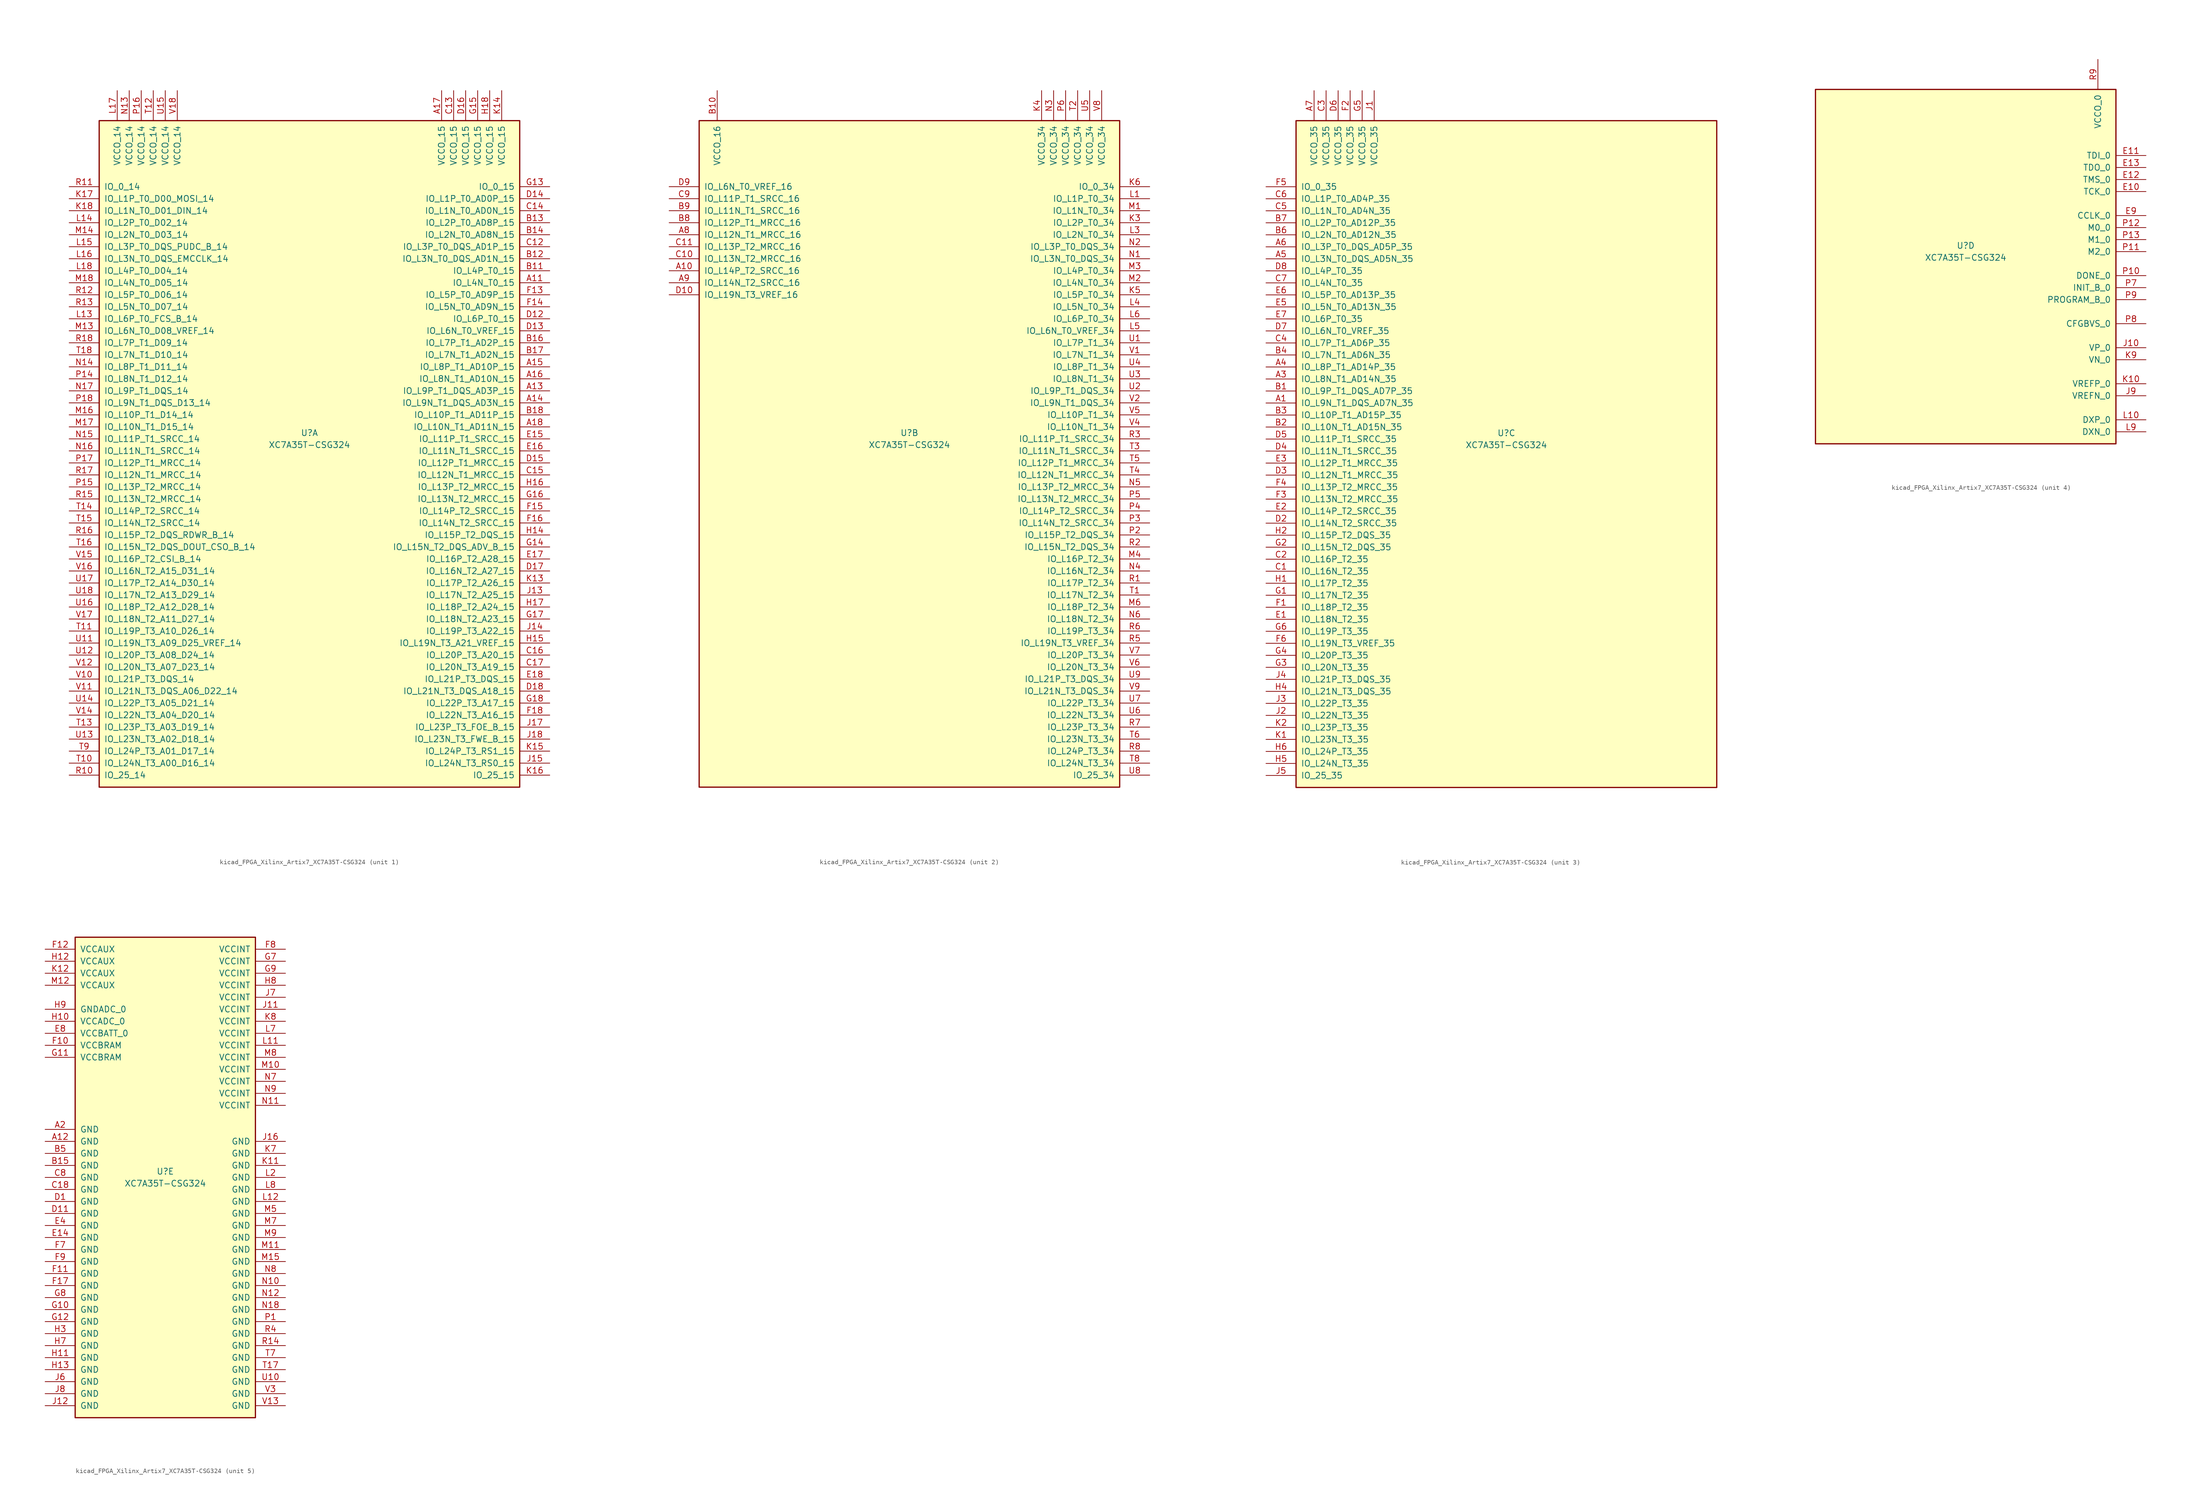
<source format=kicad_sym>
(kicad_symbol_lib
  (version 20220914)
  (generator kicad_symbol_editor)
  (symbol "kicad_FPGA_Xilinx_Artix7_XC7A35T-CSG324"
    (pin_names
      (offset 1.016))
    (property "Reference" "U"
      (at 0 1.27 0)
      (effects (font (size 1.27 1.27))))
    (property "Value" "XC7A35T-CSG324"
      (at 0 -1.27 0)
      (effects (font (size 1.27 1.27))))
    (property "Datasheet" ""
      (at 0 0 0)
      (effects (font (size 1.27 1.27))))
    (property "ki_locked" ""
      (at 0 0 0)
      (effects (font (size 1.27 1.27))))
    (symbol "kicad_FPGA_Xilinx_Artix7_XC7A35T-CSG324_1_1"
      (rectangle (start -44.45 67.31) (end 44.45 -73.66) (stroke (width 0.254) (type default)) (fill (type background)))
      (pin bidirectional line (at 50.8 33.02 180) (length 6.35) (name "IO_L4N_T0_15" (effects (font (size 1.27 1.27)))) (number "A11" (effects (font (size 1.27 1.27)))))
      (pin bidirectional line (at 50.8 10.16 180) (length 6.35) (name "IO_L9P_T1_DQS_AD3P_15" (effects (font (size 1.27 1.27)))) (number "A13" (effects (font (size 1.27 1.27)))))
      (pin bidirectional line (at 50.8 7.62 180) (length 6.35) (name "IO_L9N_T1_DQS_AD3N_15" (effects (font (size 1.27 1.27)))) (number "A14" (effects (font (size 1.27 1.27)))))
      (pin bidirectional line (at 50.8 15.24 180) (length 6.35) (name "IO_L8P_T1_AD10P_15" (effects (font (size 1.27 1.27)))) (number "A15" (effects (font (size 1.27 1.27)))))
      (pin bidirectional line (at 50.8 12.7 180) (length 6.35) (name "IO_L8N_T1_AD10N_15" (effects (font (size 1.27 1.27)))) (number "A16" (effects (font (size 1.27 1.27)))))
      (pin power_in line (at 27.94 73.66 270) (length 6.35) (name "VCCO_15" (effects (font (size 1.27 1.27)))) (number "A17" (effects (font (size 1.27 1.27)))))
      (pin bidirectional line (at 50.8 2.54 180) (length 6.35) (name "IO_L10N_T1_AD11N_15" (effects (font (size 1.27 1.27)))) (number "A18" (effects (font (size 1.27 1.27)))))
      (pin bidirectional line (at 50.8 35.56 180) (length 6.35) (name "IO_L4P_T0_15" (effects (font (size 1.27 1.27)))) (number "B11" (effects (font (size 1.27 1.27)))))
      (pin bidirectional line (at 50.8 38.1 180) (length 6.35) (name "IO_L3N_T0_DQS_AD1N_15" (effects (font (size 1.27 1.27)))) (number "B12" (effects (font (size 1.27 1.27)))))
      (pin bidirectional line (at 50.8 45.72 180) (length 6.35) (name "IO_L2P_T0_AD8P_15" (effects (font (size 1.27 1.27)))) (number "B13" (effects (font (size 1.27 1.27)))))
      (pin bidirectional line (at 50.8 43.18 180) (length 6.35) (name "IO_L2N_T0_AD8N_15" (effects (font (size 1.27 1.27)))) (number "B14" (effects (font (size 1.27 1.27)))))
      (pin bidirectional line (at 50.8 20.32 180) (length 6.35) (name "IO_L7P_T1_AD2P_15" (effects (font (size 1.27 1.27)))) (number "B16" (effects (font (size 1.27 1.27)))))
      (pin bidirectional line (at 50.8 17.78 180) (length 6.35) (name "IO_L7N_T1_AD2N_15" (effects (font (size 1.27 1.27)))) (number "B17" (effects (font (size 1.27 1.27)))))
      (pin bidirectional line (at 50.8 5.08 180) (length 6.35) (name "IO_L10P_T1_AD11P_15" (effects (font (size 1.27 1.27)))) (number "B18" (effects (font (size 1.27 1.27)))))
      (pin bidirectional line (at 50.8 40.64 180) (length 6.35) (name "IO_L3P_T0_DQS_AD1P_15" (effects (font (size 1.27 1.27)))) (number "C12" (effects (font (size 1.27 1.27)))))
      (pin power_in line (at 30.48 73.66 270) (length 6.35) (name "VCCO_15" (effects (font (size 1.27 1.27)))) (number "C13" (effects (font (size 1.27 1.27)))))
      (pin bidirectional line (at 50.8 48.26 180) (length 6.35) (name "IO_L1N_T0_AD0N_15" (effects (font (size 1.27 1.27)))) (number "C14" (effects (font (size 1.27 1.27)))))
      (pin bidirectional line (at 50.8 -7.62 180) (length 6.35) (name "IO_L12N_T1_MRCC_15" (effects (font (size 1.27 1.27)))) (number "C15" (effects (font (size 1.27 1.27)))))
      (pin bidirectional line (at 50.8 -45.72 180) (length 6.35) (name "IO_L20P_T3_A20_15" (effects (font (size 1.27 1.27)))) (number "C16" (effects (font (size 1.27 1.27)))))
      (pin bidirectional line (at 50.8 -48.26 180) (length 6.35) (name "IO_L20N_T3_A19_15" (effects (font (size 1.27 1.27)))) (number "C17" (effects (font (size 1.27 1.27)))))
      (pin bidirectional line (at 50.8 25.4 180) (length 6.35) (name "IO_L6P_T0_15" (effects (font (size 1.27 1.27)))) (number "D12" (effects (font (size 1.27 1.27)))))
      (pin bidirectional line (at 50.8 22.86 180) (length 6.35) (name "IO_L6N_T0_VREF_15" (effects (font (size 1.27 1.27)))) (number "D13" (effects (font (size 1.27 1.27)))))
      (pin bidirectional line (at 50.8 50.8 180) (length 6.35) (name "IO_L1P_T0_AD0P_15" (effects (font (size 1.27 1.27)))) (number "D14" (effects (font (size 1.27 1.27)))))
      (pin bidirectional line (at 50.8 -5.08 180) (length 6.35) (name "IO_L12P_T1_MRCC_15" (effects (font (size 1.27 1.27)))) (number "D15" (effects (font (size 1.27 1.27)))))
      (pin power_in line (at 33.02 73.66 270) (length 6.35) (name "VCCO_15" (effects (font (size 1.27 1.27)))) (number "D16" (effects (font (size 1.27 1.27)))))
      (pin bidirectional line (at 50.8 -27.94 180) (length 6.35) (name "IO_L16N_T2_A27_15" (effects (font (size 1.27 1.27)))) (number "D17" (effects (font (size 1.27 1.27)))))
      (pin bidirectional line (at 50.8 -53.34 180) (length 6.35) (name "IO_L21N_T3_DQS_A18_15" (effects (font (size 1.27 1.27)))) (number "D18" (effects (font (size 1.27 1.27)))))
      (pin bidirectional line (at 50.8 0 180) (length 6.35) (name "IO_L11P_T1_SRCC_15" (effects (font (size 1.27 1.27)))) (number "E15" (effects (font (size 1.27 1.27)))))
      (pin bidirectional line (at 50.8 -2.54 180) (length 6.35) (name "IO_L11N_T1_SRCC_15" (effects (font (size 1.27 1.27)))) (number "E16" (effects (font (size 1.27 1.27)))))
      (pin bidirectional line (at 50.8 -25.4 180) (length 6.35) (name "IO_L16P_T2_A28_15" (effects (font (size 1.27 1.27)))) (number "E17" (effects (font (size 1.27 1.27)))))
      (pin bidirectional line (at 50.8 -50.8 180) (length 6.35) (name "IO_L21P_T3_DQS_15" (effects (font (size 1.27 1.27)))) (number "E18" (effects (font (size 1.27 1.27)))))
      (pin bidirectional line (at 50.8 30.48 180) (length 6.35) (name "IO_L5P_T0_AD9P_15" (effects (font (size 1.27 1.27)))) (number "F13" (effects (font (size 1.27 1.27)))))
      (pin bidirectional line (at 50.8 27.94 180) (length 6.35) (name "IO_L5N_T0_AD9N_15" (effects (font (size 1.27 1.27)))) (number "F14" (effects (font (size 1.27 1.27)))))
      (pin bidirectional line (at 50.8 -15.24 180) (length 6.35) (name "IO_L14P_T2_SRCC_15" (effects (font (size 1.27 1.27)))) (number "F15" (effects (font (size 1.27 1.27)))))
      (pin bidirectional line (at 50.8 -17.78 180) (length 6.35) (name "IO_L14N_T2_SRCC_15" (effects (font (size 1.27 1.27)))) (number "F16" (effects (font (size 1.27 1.27)))))
      (pin bidirectional line (at 50.8 -58.42 180) (length 6.35) (name "IO_L22N_T3_A16_15" (effects (font (size 1.27 1.27)))) (number "F18" (effects (font (size 1.27 1.27)))))
      (pin bidirectional line (at 50.8 53.34 180) (length 6.35) (name "IO_0_15" (effects (font (size 1.27 1.27)))) (number "G13" (effects (font (size 1.27 1.27)))))
      (pin bidirectional line (at 50.8 -22.86 180) (length 6.35) (name "IO_L15N_T2_DQS_ADV_B_15" (effects (font (size 1.27 1.27)))) (number "G14" (effects (font (size 1.27 1.27)))))
      (pin power_in line (at 35.56 73.66 270) (length 6.35) (name "VCCO_15" (effects (font (size 1.27 1.27)))) (number "G15" (effects (font (size 1.27 1.27)))))
      (pin bidirectional line (at 50.8 -12.7 180) (length 6.35) (name "IO_L13N_T2_MRCC_15" (effects (font (size 1.27 1.27)))) (number "G16" (effects (font (size 1.27 1.27)))))
      (pin bidirectional line (at 50.8 -38.1 180) (length 6.35) (name "IO_L18N_T2_A23_15" (effects (font (size 1.27 1.27)))) (number "G17" (effects (font (size 1.27 1.27)))))
      (pin bidirectional line (at 50.8 -55.88 180) (length 6.35) (name "IO_L22P_T3_A17_15" (effects (font (size 1.27 1.27)))) (number "G18" (effects (font (size 1.27 1.27)))))
      (pin bidirectional line (at 50.8 -20.32 180) (length 6.35) (name "IO_L15P_T2_DQS_15" (effects (font (size 1.27 1.27)))) (number "H14" (effects (font (size 1.27 1.27)))))
      (pin bidirectional line (at 50.8 -43.18 180) (length 6.35) (name "IO_L19N_T3_A21_VREF_15" (effects (font (size 1.27 1.27)))) (number "H15" (effects (font (size 1.27 1.27)))))
      (pin bidirectional line (at 50.8 -10.16 180) (length 6.35) (name "IO_L13P_T2_MRCC_15" (effects (font (size 1.27 1.27)))) (number "H16" (effects (font (size 1.27 1.27)))))
      (pin bidirectional line (at 50.8 -35.56 180) (length 6.35) (name "IO_L18P_T2_A24_15" (effects (font (size 1.27 1.27)))) (number "H17" (effects (font (size 1.27 1.27)))))
      (pin power_in line (at 38.1 73.66 270) (length 6.35) (name "VCCO_15" (effects (font (size 1.27 1.27)))) (number "H18" (effects (font (size 1.27 1.27)))))
      (pin bidirectional line (at 50.8 -33.02 180) (length 6.35) (name "IO_L17N_T2_A25_15" (effects (font (size 1.27 1.27)))) (number "J13" (effects (font (size 1.27 1.27)))))
      (pin bidirectional line (at 50.8 -40.64 180) (length 6.35) (name "IO_L19P_T3_A22_15" (effects (font (size 1.27 1.27)))) (number "J14" (effects (font (size 1.27 1.27)))))
      (pin bidirectional line (at 50.8 -68.58 180) (length 6.35) (name "IO_L24N_T3_RS0_15" (effects (font (size 1.27 1.27)))) (number "J15" (effects (font (size 1.27 1.27)))))
      (pin bidirectional line (at 50.8 -60.96 180) (length 6.35) (name "IO_L23P_T3_FOE_B_15" (effects (font (size 1.27 1.27)))) (number "J17" (effects (font (size 1.27 1.27)))))
      (pin bidirectional line (at 50.8 -63.5 180) (length 6.35) (name "IO_L23N_T3_FWE_B_15" (effects (font (size 1.27 1.27)))) (number "J18" (effects (font (size 1.27 1.27)))))
      (pin bidirectional line (at 50.8 -30.48 180) (length 6.35) (name "IO_L17P_T2_A26_15" (effects (font (size 1.27 1.27)))) (number "K13" (effects (font (size 1.27 1.27)))))
      (pin power_in line (at 40.64 73.66 270) (length 6.35) (name "VCCO_15" (effects (font (size 1.27 1.27)))) (number "K14" (effects (font (size 1.27 1.27)))))
      (pin bidirectional line (at 50.8 -66.04 180) (length 6.35) (name "IO_L24P_T3_RS1_15" (effects (font (size 1.27 1.27)))) (number "K15" (effects (font (size 1.27 1.27)))))
      (pin bidirectional line (at 50.8 -71.12 180) (length 6.35) (name "IO_25_15" (effects (font (size 1.27 1.27)))) (number "K16" (effects (font (size 1.27 1.27)))))
      (pin bidirectional line (at -50.8 50.8 0) (length 6.35) (name "IO_L1P_T0_D00_MOSI_14" (effects (font (size 1.27 1.27)))) (number "K17" (effects (font (size 1.27 1.27)))))
      (pin bidirectional line (at -50.8 48.26 0) (length 6.35) (name "IO_L1N_T0_D01_DIN_14" (effects (font (size 1.27 1.27)))) (number "K18" (effects (font (size 1.27 1.27)))))
      (pin bidirectional line (at -50.8 25.4 0) (length 6.35) (name "IO_L6P_T0_FCS_B_14" (effects (font (size 1.27 1.27)))) (number "L13" (effects (font (size 1.27 1.27)))))
      (pin bidirectional line (at -50.8 45.72 0) (length 6.35) (name "IO_L2P_T0_D02_14" (effects (font (size 1.27 1.27)))) (number "L14" (effects (font (size 1.27 1.27)))))
      (pin bidirectional line (at -50.8 40.64 0) (length 6.35) (name "IO_L3P_T0_DQS_PUDC_B_14" (effects (font (size 1.27 1.27)))) (number "L15" (effects (font (size 1.27 1.27)))))
      (pin bidirectional line (at -50.8 38.1 0) (length 6.35) (name "IO_L3N_T0_DQS_EMCCLK_14" (effects (font (size 1.27 1.27)))) (number "L16" (effects (font (size 1.27 1.27)))))
      (pin power_in line (at -40.64 73.66 270) (length 6.35) (name "VCCO_14" (effects (font (size 1.27 1.27)))) (number "L17" (effects (font (size 1.27 1.27)))))
      (pin bidirectional line (at -50.8 35.56 0) (length 6.35) (name "IO_L4P_T0_D04_14" (effects (font (size 1.27 1.27)))) (number "L18" (effects (font (size 1.27 1.27)))))
      (pin bidirectional line (at -50.8 22.86 0) (length 6.35) (name "IO_L6N_T0_D08_VREF_14" (effects (font (size 1.27 1.27)))) (number "M13" (effects (font (size 1.27 1.27)))))
      (pin bidirectional line (at -50.8 43.18 0) (length 6.35) (name "IO_L2N_T0_D03_14" (effects (font (size 1.27 1.27)))) (number "M14" (effects (font (size 1.27 1.27)))))
      (pin bidirectional line (at -50.8 5.08 0) (length 6.35) (name "IO_L10P_T1_D14_14" (effects (font (size 1.27 1.27)))) (number "M16" (effects (font (size 1.27 1.27)))))
      (pin bidirectional line (at -50.8 2.54 0) (length 6.35) (name "IO_L10N_T1_D15_14" (effects (font (size 1.27 1.27)))) (number "M17" (effects (font (size 1.27 1.27)))))
      (pin bidirectional line (at -50.8 33.02 0) (length 6.35) (name "IO_L4N_T0_D05_14" (effects (font (size 1.27 1.27)))) (number "M18" (effects (font (size 1.27 1.27)))))
      (pin power_in line (at -38.1 73.66 270) (length 6.35) (name "VCCO_14" (effects (font (size 1.27 1.27)))) (number "N13" (effects (font (size 1.27 1.27)))))
      (pin bidirectional line (at -50.8 15.24 0) (length 6.35) (name "IO_L8P_T1_D11_14" (effects (font (size 1.27 1.27)))) (number "N14" (effects (font (size 1.27 1.27)))))
      (pin bidirectional line (at -50.8 0 0) (length 6.35) (name "IO_L11P_T1_SRCC_14" (effects (font (size 1.27 1.27)))) (number "N15" (effects (font (size 1.27 1.27)))))
      (pin bidirectional line (at -50.8 -2.54 0) (length 6.35) (name "IO_L11N_T1_SRCC_14" (effects (font (size 1.27 1.27)))) (number "N16" (effects (font (size 1.27 1.27)))))
      (pin bidirectional line (at -50.8 10.16 0) (length 6.35) (name "IO_L9P_T1_DQS_14" (effects (font (size 1.27 1.27)))) (number "N17" (effects (font (size 1.27 1.27)))))
      (pin bidirectional line (at -50.8 12.7 0) (length 6.35) (name "IO_L8N_T1_D12_14" (effects (font (size 1.27 1.27)))) (number "P14" (effects (font (size 1.27 1.27)))))
      (pin bidirectional line (at -50.8 -10.16 0) (length 6.35) (name "IO_L13P_T2_MRCC_14" (effects (font (size 1.27 1.27)))) (number "P15" (effects (font (size 1.27 1.27)))))
      (pin power_in line (at -35.56 73.66 270) (length 6.35) (name "VCCO_14" (effects (font (size 1.27 1.27)))) (number "P16" (effects (font (size 1.27 1.27)))))
      (pin bidirectional line (at -50.8 -5.08 0) (length 6.35) (name "IO_L12P_T1_MRCC_14" (effects (font (size 1.27 1.27)))) (number "P17" (effects (font (size 1.27 1.27)))))
      (pin bidirectional line (at -50.8 7.62 0) (length 6.35) (name "IO_L9N_T1_DQS_D13_14" (effects (font (size 1.27 1.27)))) (number "P18" (effects (font (size 1.27 1.27)))))
      (pin bidirectional line (at -50.8 -71.12 0) (length 6.35) (name "IO_25_14" (effects (font (size 1.27 1.27)))) (number "R10" (effects (font (size 1.27 1.27)))))
      (pin bidirectional line (at -50.8 53.34 0) (length 6.35) (name "IO_0_14" (effects (font (size 1.27 1.27)))) (number "R11" (effects (font (size 1.27 1.27)))))
      (pin bidirectional line (at -50.8 30.48 0) (length 6.35) (name "IO_L5P_T0_D06_14" (effects (font (size 1.27 1.27)))) (number "R12" (effects (font (size 1.27 1.27)))))
      (pin bidirectional line (at -50.8 27.94 0) (length 6.35) (name "IO_L5N_T0_D07_14" (effects (font (size 1.27 1.27)))) (number "R13" (effects (font (size 1.27 1.27)))))
      (pin bidirectional line (at -50.8 -12.7 0) (length 6.35) (name "IO_L13N_T2_MRCC_14" (effects (font (size 1.27 1.27)))) (number "R15" (effects (font (size 1.27 1.27)))))
      (pin bidirectional line (at -50.8 -20.32 0) (length 6.35) (name "IO_L15P_T2_DQS_RDWR_B_14" (effects (font (size 1.27 1.27)))) (number "R16" (effects (font (size 1.27 1.27)))))
      (pin bidirectional line (at -50.8 -7.62 0) (length 6.35) (name "IO_L12N_T1_MRCC_14" (effects (font (size 1.27 1.27)))) (number "R17" (effects (font (size 1.27 1.27)))))
      (pin bidirectional line (at -50.8 20.32 0) (length 6.35) (name "IO_L7P_T1_D09_14" (effects (font (size 1.27 1.27)))) (number "R18" (effects (font (size 1.27 1.27)))))
      (pin bidirectional line (at -50.8 -68.58 0) (length 6.35) (name "IO_L24N_T3_A00_D16_14" (effects (font (size 1.27 1.27)))) (number "T10" (effects (font (size 1.27 1.27)))))
      (pin bidirectional line (at -50.8 -40.64 0) (length 6.35) (name "IO_L19P_T3_A10_D26_14" (effects (font (size 1.27 1.27)))) (number "T11" (effects (font (size 1.27 1.27)))))
      (pin power_in line (at -33.02 73.66 270) (length 6.35) (name "VCCO_14" (effects (font (size 1.27 1.27)))) (number "T12" (effects (font (size 1.27 1.27)))))
      (pin bidirectional line (at -50.8 -60.96 0) (length 6.35) (name "IO_L23P_T3_A03_D19_14" (effects (font (size 1.27 1.27)))) (number "T13" (effects (font (size 1.27 1.27)))))
      (pin bidirectional line (at -50.8 -15.24 0) (length 6.35) (name "IO_L14P_T2_SRCC_14" (effects (font (size 1.27 1.27)))) (number "T14" (effects (font (size 1.27 1.27)))))
      (pin bidirectional line (at -50.8 -17.78 0) (length 6.35) (name "IO_L14N_T2_SRCC_14" (effects (font (size 1.27 1.27)))) (number "T15" (effects (font (size 1.27 1.27)))))
      (pin bidirectional line (at -50.8 -22.86 0) (length 6.35) (name "IO_L15N_T2_DQS_DOUT_CSO_B_14" (effects (font (size 1.27 1.27)))) (number "T16" (effects (font (size 1.27 1.27)))))
      (pin bidirectional line (at -50.8 17.78 0) (length 6.35) (name "IO_L7N_T1_D10_14" (effects (font (size 1.27 1.27)))) (number "T18" (effects (font (size 1.27 1.27)))))
      (pin bidirectional line (at -50.8 -66.04 0) (length 6.35) (name "IO_L24P_T3_A01_D17_14" (effects (font (size 1.27 1.27)))) (number "T9" (effects (font (size 1.27 1.27)))))
      (pin bidirectional line (at -50.8 -43.18 0) (length 6.35) (name "IO_L19N_T3_A09_D25_VREF_14" (effects (font (size 1.27 1.27)))) (number "U11" (effects (font (size 1.27 1.27)))))
      (pin bidirectional line (at -50.8 -45.72 0) (length 6.35) (name "IO_L20P_T3_A08_D24_14" (effects (font (size 1.27 1.27)))) (number "U12" (effects (font (size 1.27 1.27)))))
      (pin bidirectional line (at -50.8 -63.5 0) (length 6.35) (name "IO_L23N_T3_A02_D18_14" (effects (font (size 1.27 1.27)))) (number "U13" (effects (font (size 1.27 1.27)))))
      (pin bidirectional line (at -50.8 -55.88 0) (length 6.35) (name "IO_L22P_T3_A05_D21_14" (effects (font (size 1.27 1.27)))) (number "U14" (effects (font (size 1.27 1.27)))))
      (pin power_in line (at -30.48 73.66 270) (length 6.35) (name "VCCO_14" (effects (font (size 1.27 1.27)))) (number "U15" (effects (font (size 1.27 1.27)))))
      (pin bidirectional line (at -50.8 -35.56 0) (length 6.35) (name "IO_L18P_T2_A12_D28_14" (effects (font (size 1.27 1.27)))) (number "U16" (effects (font (size 1.27 1.27)))))
      (pin bidirectional line (at -50.8 -30.48 0) (length 6.35) (name "IO_L17P_T2_A14_D30_14" (effects (font (size 1.27 1.27)))) (number "U17" (effects (font (size 1.27 1.27)))))
      (pin bidirectional line (at -50.8 -33.02 0) (length 6.35) (name "IO_L17N_T2_A13_D29_14" (effects (font (size 1.27 1.27)))) (number "U18" (effects (font (size 1.27 1.27)))))
      (pin bidirectional line (at -50.8 -50.8 0) (length 6.35) (name "IO_L21P_T3_DQS_14" (effects (font (size 1.27 1.27)))) (number "V10" (effects (font (size 1.27 1.27)))))
      (pin bidirectional line (at -50.8 -53.34 0) (length 6.35) (name "IO_L21N_T3_DQS_A06_D22_14" (effects (font (size 1.27 1.27)))) (number "V11" (effects (font (size 1.27 1.27)))))
      (pin bidirectional line (at -50.8 -48.26 0) (length 6.35) (name "IO_L20N_T3_A07_D23_14" (effects (font (size 1.27 1.27)))) (number "V12" (effects (font (size 1.27 1.27)))))
      (pin bidirectional line (at -50.8 -58.42 0) (length 6.35) (name "IO_L22N_T3_A04_D20_14" (effects (font (size 1.27 1.27)))) (number "V14" (effects (font (size 1.27 1.27)))))
      (pin bidirectional line (at -50.8 -25.4 0) (length 6.35) (name "IO_L16P_T2_CSI_B_14" (effects (font (size 1.27 1.27)))) (number "V15" (effects (font (size 1.27 1.27)))))
      (pin bidirectional line (at -50.8 -27.94 0) (length 6.35) (name "IO_L16N_T2_A15_D31_14" (effects (font (size 1.27 1.27)))) (number "V16" (effects (font (size 1.27 1.27)))))
      (pin bidirectional line (at -50.8 -38.1 0) (length 6.35) (name "IO_L18N_T2_A11_D27_14" (effects (font (size 1.27 1.27)))) (number "V17" (effects (font (size 1.27 1.27)))))
      (pin power_in line (at -27.94 73.66 270) (length 6.35) (name "VCCO_14" (effects (font (size 1.27 1.27)))) (number "V18" (effects (font (size 1.27 1.27))))))
    (symbol "kicad_FPGA_Xilinx_Artix7_XC7A35T-CSG324_2_1"
      (rectangle (start -44.45 67.31) (end 44.45 -73.66) (stroke (width 0.254) (type default)) (fill (type background)))
      (pin bidirectional line (at -50.8 35.56 0) (length 6.35) (name "IO_L14P_T2_SRCC_16" (effects (font (size 1.27 1.27)))) (number "A10" (effects (font (size 1.27 1.27)))))
      (pin bidirectional line (at -50.8 43.18 0) (length 6.35) (name "IO_L12N_T1_MRCC_16" (effects (font (size 1.27 1.27)))) (number "A8" (effects (font (size 1.27 1.27)))))
      (pin bidirectional line (at -50.8 33.02 0) (length 6.35) (name "IO_L14N_T2_SRCC_16" (effects (font (size 1.27 1.27)))) (number "A9" (effects (font (size 1.27 1.27)))))
      (pin power_in line (at -40.64 73.66 270) (length 6.35) (name "VCCO_16" (effects (font (size 1.27 1.27)))) (number "B10" (effects (font (size 1.27 1.27)))))
      (pin bidirectional line (at -50.8 45.72 0) (length 6.35) (name "IO_L12P_T1_MRCC_16" (effects (font (size 1.27 1.27)))) (number "B8" (effects (font (size 1.27 1.27)))))
      (pin bidirectional line (at -50.8 48.26 0) (length 6.35) (name "IO_L11N_T1_SRCC_16" (effects (font (size 1.27 1.27)))) (number "B9" (effects (font (size 1.27 1.27)))))
      (pin bidirectional line (at -50.8 38.1 0) (length 6.35) (name "IO_L13N_T2_MRCC_16" (effects (font (size 1.27 1.27)))) (number "C10" (effects (font (size 1.27 1.27)))))
      (pin bidirectional line (at -50.8 40.64 0) (length 6.35) (name "IO_L13P_T2_MRCC_16" (effects (font (size 1.27 1.27)))) (number "C11" (effects (font (size 1.27 1.27)))))
      (pin bidirectional line (at -50.8 50.8 0) (length 6.35) (name "IO_L11P_T1_SRCC_16" (effects (font (size 1.27 1.27)))) (number "C9" (effects (font (size 1.27 1.27)))))
      (pin bidirectional line (at -50.8 30.48 0) (length 6.35) (name "IO_L19N_T3_VREF_16" (effects (font (size 1.27 1.27)))) (number "D10" (effects (font (size 1.27 1.27)))))
      (pin bidirectional line (at -50.8 53.34 0) (length 6.35) (name "IO_L6N_T0_VREF_16" (effects (font (size 1.27 1.27)))) (number "D9" (effects (font (size 1.27 1.27)))))
      (pin bidirectional line (at 50.8 45.72 180) (length 6.35) (name "IO_L2P_T0_34" (effects (font (size 1.27 1.27)))) (number "K3" (effects (font (size 1.27 1.27)))))
      (pin power_in line (at 27.94 73.66 270) (length 6.35) (name "VCCO_34" (effects (font (size 1.27 1.27)))) (number "K4" (effects (font (size 1.27 1.27)))))
      (pin bidirectional line (at 50.8 30.48 180) (length 6.35) (name "IO_L5P_T0_34" (effects (font (size 1.27 1.27)))) (number "K5" (effects (font (size 1.27 1.27)))))
      (pin bidirectional line (at 50.8 53.34 180) (length 6.35) (name "IO_0_34" (effects (font (size 1.27 1.27)))) (number "K6" (effects (font (size 1.27 1.27)))))
      (pin bidirectional line (at 50.8 50.8 180) (length 6.35) (name "IO_L1P_T0_34" (effects (font (size 1.27 1.27)))) (number "L1" (effects (font (size 1.27 1.27)))))
      (pin bidirectional line (at 50.8 43.18 180) (length 6.35) (name "IO_L2N_T0_34" (effects (font (size 1.27 1.27)))) (number "L3" (effects (font (size 1.27 1.27)))))
      (pin bidirectional line (at 50.8 27.94 180) (length 6.35) (name "IO_L5N_T0_34" (effects (font (size 1.27 1.27)))) (number "L4" (effects (font (size 1.27 1.27)))))
      (pin bidirectional line (at 50.8 22.86 180) (length 6.35) (name "IO_L6N_T0_VREF_34" (effects (font (size 1.27 1.27)))) (number "L5" (effects (font (size 1.27 1.27)))))
      (pin bidirectional line (at 50.8 25.4 180) (length 6.35) (name "IO_L6P_T0_34" (effects (font (size 1.27 1.27)))) (number "L6" (effects (font (size 1.27 1.27)))))
      (pin bidirectional line (at 50.8 48.26 180) (length 6.35) (name "IO_L1N_T0_34" (effects (font (size 1.27 1.27)))) (number "M1" (effects (font (size 1.27 1.27)))))
      (pin bidirectional line (at 50.8 33.02 180) (length 6.35) (name "IO_L4N_T0_34" (effects (font (size 1.27 1.27)))) (number "M2" (effects (font (size 1.27 1.27)))))
      (pin bidirectional line (at 50.8 35.56 180) (length 6.35) (name "IO_L4P_T0_34" (effects (font (size 1.27 1.27)))) (number "M3" (effects (font (size 1.27 1.27)))))
      (pin bidirectional line (at 50.8 -25.4 180) (length 6.35) (name "IO_L16P_T2_34" (effects (font (size 1.27 1.27)))) (number "M4" (effects (font (size 1.27 1.27)))))
      (pin bidirectional line (at 50.8 -35.56 180) (length 6.35) (name "IO_L18P_T2_34" (effects (font (size 1.27 1.27)))) (number "M6" (effects (font (size 1.27 1.27)))))
      (pin bidirectional line (at 50.8 38.1 180) (length 6.35) (name "IO_L3N_T0_DQS_34" (effects (font (size 1.27 1.27)))) (number "N1" (effects (font (size 1.27 1.27)))))
      (pin bidirectional line (at 50.8 40.64 180) (length 6.35) (name "IO_L3P_T0_DQS_34" (effects (font (size 1.27 1.27)))) (number "N2" (effects (font (size 1.27 1.27)))))
      (pin power_in line (at 30.48 73.66 270) (length 6.35) (name "VCCO_34" (effects (font (size 1.27 1.27)))) (number "N3" (effects (font (size 1.27 1.27)))))
      (pin bidirectional line (at 50.8 -27.94 180) (length 6.35) (name "IO_L16N_T2_34" (effects (font (size 1.27 1.27)))) (number "N4" (effects (font (size 1.27 1.27)))))
      (pin bidirectional line (at 50.8 -10.16 180) (length 6.35) (name "IO_L13P_T2_MRCC_34" (effects (font (size 1.27 1.27)))) (number "N5" (effects (font (size 1.27 1.27)))))
      (pin bidirectional line (at 50.8 -38.1 180) (length 6.35) (name "IO_L18N_T2_34" (effects (font (size 1.27 1.27)))) (number "N6" (effects (font (size 1.27 1.27)))))
      (pin bidirectional line (at 50.8 -20.32 180) (length 6.35) (name "IO_L15P_T2_DQS_34" (effects (font (size 1.27 1.27)))) (number "P2" (effects (font (size 1.27 1.27)))))
      (pin bidirectional line (at 50.8 -17.78 180) (length 6.35) (name "IO_L14N_T2_SRCC_34" (effects (font (size 1.27 1.27)))) (number "P3" (effects (font (size 1.27 1.27)))))
      (pin bidirectional line (at 50.8 -15.24 180) (length 6.35) (name "IO_L14P_T2_SRCC_34" (effects (font (size 1.27 1.27)))) (number "P4" (effects (font (size 1.27 1.27)))))
      (pin bidirectional line (at 50.8 -12.7 180) (length 6.35) (name "IO_L13N_T2_MRCC_34" (effects (font (size 1.27 1.27)))) (number "P5" (effects (font (size 1.27 1.27)))))
      (pin power_in line (at 33.02 73.66 270) (length 6.35) (name "VCCO_34" (effects (font (size 1.27 1.27)))) (number "P6" (effects (font (size 1.27 1.27)))))
      (pin bidirectional line (at 50.8 -30.48 180) (length 6.35) (name "IO_L17P_T2_34" (effects (font (size 1.27 1.27)))) (number "R1" (effects (font (size 1.27 1.27)))))
      (pin bidirectional line (at 50.8 -22.86 180) (length 6.35) (name "IO_L15N_T2_DQS_34" (effects (font (size 1.27 1.27)))) (number "R2" (effects (font (size 1.27 1.27)))))
      (pin bidirectional line (at 50.8 0 180) (length 6.35) (name "IO_L11P_T1_SRCC_34" (effects (font (size 1.27 1.27)))) (number "R3" (effects (font (size 1.27 1.27)))))
      (pin bidirectional line (at 50.8 -43.18 180) (length 6.35) (name "IO_L19N_T3_VREF_34" (effects (font (size 1.27 1.27)))) (number "R5" (effects (font (size 1.27 1.27)))))
      (pin bidirectional line (at 50.8 -40.64 180) (length 6.35) (name "IO_L19P_T3_34" (effects (font (size 1.27 1.27)))) (number "R6" (effects (font (size 1.27 1.27)))))
      (pin bidirectional line (at 50.8 -60.96 180) (length 6.35) (name "IO_L23P_T3_34" (effects (font (size 1.27 1.27)))) (number "R7" (effects (font (size 1.27 1.27)))))
      (pin bidirectional line (at 50.8 -66.04 180) (length 6.35) (name "IO_L24P_T3_34" (effects (font (size 1.27 1.27)))) (number "R8" (effects (font (size 1.27 1.27)))))
      (pin bidirectional line (at 50.8 -33.02 180) (length 6.35) (name "IO_L17N_T2_34" (effects (font (size 1.27 1.27)))) (number "T1" (effects (font (size 1.27 1.27)))))
      (pin power_in line (at 35.56 73.66 270) (length 6.35) (name "VCCO_34" (effects (font (size 1.27 1.27)))) (number "T2" (effects (font (size 1.27 1.27)))))
      (pin bidirectional line (at 50.8 -2.54 180) (length 6.35) (name "IO_L11N_T1_SRCC_34" (effects (font (size 1.27 1.27)))) (number "T3" (effects (font (size 1.27 1.27)))))
      (pin bidirectional line (at 50.8 -7.62 180) (length 6.35) (name "IO_L12N_T1_MRCC_34" (effects (font (size 1.27 1.27)))) (number "T4" (effects (font (size 1.27 1.27)))))
      (pin bidirectional line (at 50.8 -5.08 180) (length 6.35) (name "IO_L12P_T1_MRCC_34" (effects (font (size 1.27 1.27)))) (number "T5" (effects (font (size 1.27 1.27)))))
      (pin bidirectional line (at 50.8 -63.5 180) (length 6.35) (name "IO_L23N_T3_34" (effects (font (size 1.27 1.27)))) (number "T6" (effects (font (size 1.27 1.27)))))
      (pin bidirectional line (at 50.8 -68.58 180) (length 6.35) (name "IO_L24N_T3_34" (effects (font (size 1.27 1.27)))) (number "T8" (effects (font (size 1.27 1.27)))))
      (pin bidirectional line (at 50.8 20.32 180) (length 6.35) (name "IO_L7P_T1_34" (effects (font (size 1.27 1.27)))) (number "U1" (effects (font (size 1.27 1.27)))))
      (pin bidirectional line (at 50.8 10.16 180) (length 6.35) (name "IO_L9P_T1_DQS_34" (effects (font (size 1.27 1.27)))) (number "U2" (effects (font (size 1.27 1.27)))))
      (pin bidirectional line (at 50.8 12.7 180) (length 6.35) (name "IO_L8N_T1_34" (effects (font (size 1.27 1.27)))) (number "U3" (effects (font (size 1.27 1.27)))))
      (pin bidirectional line (at 50.8 15.24 180) (length 6.35) (name "IO_L8P_T1_34" (effects (font (size 1.27 1.27)))) (number "U4" (effects (font (size 1.27 1.27)))))
      (pin power_in line (at 38.1 73.66 270) (length 6.35) (name "VCCO_34" (effects (font (size 1.27 1.27)))) (number "U5" (effects (font (size 1.27 1.27)))))
      (pin bidirectional line (at 50.8 -58.42 180) (length 6.35) (name "IO_L22N_T3_34" (effects (font (size 1.27 1.27)))) (number "U6" (effects (font (size 1.27 1.27)))))
      (pin bidirectional line (at 50.8 -55.88 180) (length 6.35) (name "IO_L22P_T3_34" (effects (font (size 1.27 1.27)))) (number "U7" (effects (font (size 1.27 1.27)))))
      (pin bidirectional line (at 50.8 -71.12 180) (length 6.35) (name "IO_25_34" (effects (font (size 1.27 1.27)))) (number "U8" (effects (font (size 1.27 1.27)))))
      (pin bidirectional line (at 50.8 -50.8 180) (length 6.35) (name "IO_L21P_T3_DQS_34" (effects (font (size 1.27 1.27)))) (number "U9" (effects (font (size 1.27 1.27)))))
      (pin bidirectional line (at 50.8 17.78 180) (length 6.35) (name "IO_L7N_T1_34" (effects (font (size 1.27 1.27)))) (number "V1" (effects (font (size 1.27 1.27)))))
      (pin bidirectional line (at 50.8 7.62 180) (length 6.35) (name "IO_L9N_T1_DQS_34" (effects (font (size 1.27 1.27)))) (number "V2" (effects (font (size 1.27 1.27)))))
      (pin bidirectional line (at 50.8 2.54 180) (length 6.35) (name "IO_L10N_T1_34" (effects (font (size 1.27 1.27)))) (number "V4" (effects (font (size 1.27 1.27)))))
      (pin bidirectional line (at 50.8 5.08 180) (length 6.35) (name "IO_L10P_T1_34" (effects (font (size 1.27 1.27)))) (number "V5" (effects (font (size 1.27 1.27)))))
      (pin bidirectional line (at 50.8 -48.26 180) (length 6.35) (name "IO_L20N_T3_34" (effects (font (size 1.27 1.27)))) (number "V6" (effects (font (size 1.27 1.27)))))
      (pin bidirectional line (at 50.8 -45.72 180) (length 6.35) (name "IO_L20P_T3_34" (effects (font (size 1.27 1.27)))) (number "V7" (effects (font (size 1.27 1.27)))))
      (pin power_in line (at 40.64 73.66 270) (length 6.35) (name "VCCO_34" (effects (font (size 1.27 1.27)))) (number "V8" (effects (font (size 1.27 1.27)))))
      (pin bidirectional line (at 50.8 -53.34 180) (length 6.35) (name "IO_L21N_T3_DQS_34" (effects (font (size 1.27 1.27)))) (number "V9" (effects (font (size 1.27 1.27))))))
    (symbol "kicad_FPGA_Xilinx_Artix7_XC7A35T-CSG324_3_1"
      (rectangle (start -44.45 67.31) (end 44.45 -73.66) (stroke (width 0.254) (type default)) (fill (type background)))
      (pin bidirectional line (at -50.8 7.62 0) (length 6.35) (name "IO_L9N_T1_DQS_AD7N_35" (effects (font (size 1.27 1.27)))) (number "A1" (effects (font (size 1.27 1.27)))))
      (pin bidirectional line (at -50.8 12.7 0) (length 6.35) (name "IO_L8N_T1_AD14N_35" (effects (font (size 1.27 1.27)))) (number "A3" (effects (font (size 1.27 1.27)))))
      (pin bidirectional line (at -50.8 15.24 0) (length 6.35) (name "IO_L8P_T1_AD14P_35" (effects (font (size 1.27 1.27)))) (number "A4" (effects (font (size 1.27 1.27)))))
      (pin bidirectional line (at -50.8 38.1 0) (length 6.35) (name "IO_L3N_T0_DQS_AD5N_35" (effects (font (size 1.27 1.27)))) (number "A5" (effects (font (size 1.27 1.27)))))
      (pin bidirectional line (at -50.8 40.64 0) (length 6.35) (name "IO_L3P_T0_DQS_AD5P_35" (effects (font (size 1.27 1.27)))) (number "A6" (effects (font (size 1.27 1.27)))))
      (pin power_in line (at -40.64 73.66 270) (length 6.35) (name "VCCO_35" (effects (font (size 1.27 1.27)))) (number "A7" (effects (font (size 1.27 1.27)))))
      (pin bidirectional line (at -50.8 10.16 0) (length 6.35) (name "IO_L9P_T1_DQS_AD7P_35" (effects (font (size 1.27 1.27)))) (number "B1" (effects (font (size 1.27 1.27)))))
      (pin bidirectional line (at -50.8 2.54 0) (length 6.35) (name "IO_L10N_T1_AD15N_35" (effects (font (size 1.27 1.27)))) (number "B2" (effects (font (size 1.27 1.27)))))
      (pin bidirectional line (at -50.8 5.08 0) (length 6.35) (name "IO_L10P_T1_AD15P_35" (effects (font (size 1.27 1.27)))) (number "B3" (effects (font (size 1.27 1.27)))))
      (pin bidirectional line (at -50.8 17.78 0) (length 6.35) (name "IO_L7N_T1_AD6N_35" (effects (font (size 1.27 1.27)))) (number "B4" (effects (font (size 1.27 1.27)))))
      (pin bidirectional line (at -50.8 43.18 0) (length 6.35) (name "IO_L2N_T0_AD12N_35" (effects (font (size 1.27 1.27)))) (number "B6" (effects (font (size 1.27 1.27)))))
      (pin bidirectional line (at -50.8 45.72 0) (length 6.35) (name "IO_L2P_T0_AD12P_35" (effects (font (size 1.27 1.27)))) (number "B7" (effects (font (size 1.27 1.27)))))
      (pin bidirectional line (at -50.8 -27.94 0) (length 6.35) (name "IO_L16N_T2_35" (effects (font (size 1.27 1.27)))) (number "C1" (effects (font (size 1.27 1.27)))))
      (pin bidirectional line (at -50.8 -25.4 0) (length 6.35) (name "IO_L16P_T2_35" (effects (font (size 1.27 1.27)))) (number "C2" (effects (font (size 1.27 1.27)))))
      (pin power_in line (at -38.1 73.66 270) (length 6.35) (name "VCCO_35" (effects (font (size 1.27 1.27)))) (number "C3" (effects (font (size 1.27 1.27)))))
      (pin bidirectional line (at -50.8 20.32 0) (length 6.35) (name "IO_L7P_T1_AD6P_35" (effects (font (size 1.27 1.27)))) (number "C4" (effects (font (size 1.27 1.27)))))
      (pin bidirectional line (at -50.8 48.26 0) (length 6.35) (name "IO_L1N_T0_AD4N_35" (effects (font (size 1.27 1.27)))) (number "C5" (effects (font (size 1.27 1.27)))))
      (pin bidirectional line (at -50.8 50.8 0) (length 6.35) (name "IO_L1P_T0_AD4P_35" (effects (font (size 1.27 1.27)))) (number "C6" (effects (font (size 1.27 1.27)))))
      (pin bidirectional line (at -50.8 33.02 0) (length 6.35) (name "IO_L4N_T0_35" (effects (font (size 1.27 1.27)))) (number "C7" (effects (font (size 1.27 1.27)))))
      (pin bidirectional line (at -50.8 -17.78 0) (length 6.35) (name "IO_L14N_T2_SRCC_35" (effects (font (size 1.27 1.27)))) (number "D2" (effects (font (size 1.27 1.27)))))
      (pin bidirectional line (at -50.8 -7.62 0) (length 6.35) (name "IO_L12N_T1_MRCC_35" (effects (font (size 1.27 1.27)))) (number "D3" (effects (font (size 1.27 1.27)))))
      (pin bidirectional line (at -50.8 -2.54 0) (length 6.35) (name "IO_L11N_T1_SRCC_35" (effects (font (size 1.27 1.27)))) (number "D4" (effects (font (size 1.27 1.27)))))
      (pin bidirectional line (at -50.8 0 0) (length 6.35) (name "IO_L11P_T1_SRCC_35" (effects (font (size 1.27 1.27)))) (number "D5" (effects (font (size 1.27 1.27)))))
      (pin power_in line (at -35.56 73.66 270) (length 6.35) (name "VCCO_35" (effects (font (size 1.27 1.27)))) (number "D6" (effects (font (size 1.27 1.27)))))
      (pin bidirectional line (at -50.8 22.86 0) (length 6.35) (name "IO_L6N_T0_VREF_35" (effects (font (size 1.27 1.27)))) (number "D7" (effects (font (size 1.27 1.27)))))
      (pin bidirectional line (at -50.8 35.56 0) (length 6.35) (name "IO_L4P_T0_35" (effects (font (size 1.27 1.27)))) (number "D8" (effects (font (size 1.27 1.27)))))
      (pin bidirectional line (at -50.8 -38.1 0) (length 6.35) (name "IO_L18N_T2_35" (effects (font (size 1.27 1.27)))) (number "E1" (effects (font (size 1.27 1.27)))))
      (pin bidirectional line (at -50.8 -15.24 0) (length 6.35) (name "IO_L14P_T2_SRCC_35" (effects (font (size 1.27 1.27)))) (number "E2" (effects (font (size 1.27 1.27)))))
      (pin bidirectional line (at -50.8 -5.08 0) (length 6.35) (name "IO_L12P_T1_MRCC_35" (effects (font (size 1.27 1.27)))) (number "E3" (effects (font (size 1.27 1.27)))))
      (pin bidirectional line (at -50.8 27.94 0) (length 6.35) (name "IO_L5N_T0_AD13N_35" (effects (font (size 1.27 1.27)))) (number "E5" (effects (font (size 1.27 1.27)))))
      (pin bidirectional line (at -50.8 30.48 0) (length 6.35) (name "IO_L5P_T0_AD13P_35" (effects (font (size 1.27 1.27)))) (number "E6" (effects (font (size 1.27 1.27)))))
      (pin bidirectional line (at -50.8 25.4 0) (length 6.35) (name "IO_L6P_T0_35" (effects (font (size 1.27 1.27)))) (number "E7" (effects (font (size 1.27 1.27)))))
      (pin bidirectional line (at -50.8 -35.56 0) (length 6.35) (name "IO_L18P_T2_35" (effects (font (size 1.27 1.27)))) (number "F1" (effects (font (size 1.27 1.27)))))
      (pin power_in line (at -33.02 73.66 270) (length 6.35) (name "VCCO_35" (effects (font (size 1.27 1.27)))) (number "F2" (effects (font (size 1.27 1.27)))))
      (pin bidirectional line (at -50.8 -12.7 0) (length 6.35) (name "IO_L13N_T2_MRCC_35" (effects (font (size 1.27 1.27)))) (number "F3" (effects (font (size 1.27 1.27)))))
      (pin bidirectional line (at -50.8 -10.16 0) (length 6.35) (name "IO_L13P_T2_MRCC_35" (effects (font (size 1.27 1.27)))) (number "F4" (effects (font (size 1.27 1.27)))))
      (pin bidirectional line (at -50.8 53.34 0) (length 6.35) (name "IO_0_35" (effects (font (size 1.27 1.27)))) (number "F5" (effects (font (size 1.27 1.27)))))
      (pin bidirectional line (at -50.8 -43.18 0) (length 6.35) (name "IO_L19N_T3_VREF_35" (effects (font (size 1.27 1.27)))) (number "F6" (effects (font (size 1.27 1.27)))))
      (pin bidirectional line (at -50.8 -33.02 0) (length 6.35) (name "IO_L17N_T2_35" (effects (font (size 1.27 1.27)))) (number "G1" (effects (font (size 1.27 1.27)))))
      (pin bidirectional line (at -50.8 -22.86 0) (length 6.35) (name "IO_L15N_T2_DQS_35" (effects (font (size 1.27 1.27)))) (number "G2" (effects (font (size 1.27 1.27)))))
      (pin bidirectional line (at -50.8 -48.26 0) (length 6.35) (name "IO_L20N_T3_35" (effects (font (size 1.27 1.27)))) (number "G3" (effects (font (size 1.27 1.27)))))
      (pin bidirectional line (at -50.8 -45.72 0) (length 6.35) (name "IO_L20P_T3_35" (effects (font (size 1.27 1.27)))) (number "G4" (effects (font (size 1.27 1.27)))))
      (pin power_in line (at -30.48 73.66 270) (length 6.35) (name "VCCO_35" (effects (font (size 1.27 1.27)))) (number "G5" (effects (font (size 1.27 1.27)))))
      (pin bidirectional line (at -50.8 -40.64 0) (length 6.35) (name "IO_L19P_T3_35" (effects (font (size 1.27 1.27)))) (number "G6" (effects (font (size 1.27 1.27)))))
      (pin bidirectional line (at -50.8 -30.48 0) (length 6.35) (name "IO_L17P_T2_35" (effects (font (size 1.27 1.27)))) (number "H1" (effects (font (size 1.27 1.27)))))
      (pin bidirectional line (at -50.8 -20.32 0) (length 6.35) (name "IO_L15P_T2_DQS_35" (effects (font (size 1.27 1.27)))) (number "H2" (effects (font (size 1.27 1.27)))))
      (pin bidirectional line (at -50.8 -53.34 0) (length 6.35) (name "IO_L21N_T3_DQS_35" (effects (font (size 1.27 1.27)))) (number "H4" (effects (font (size 1.27 1.27)))))
      (pin bidirectional line (at -50.8 -68.58 0) (length 6.35) (name "IO_L24N_T3_35" (effects (font (size 1.27 1.27)))) (number "H5" (effects (font (size 1.27 1.27)))))
      (pin bidirectional line (at -50.8 -66.04 0) (length 6.35) (name "IO_L24P_T3_35" (effects (font (size 1.27 1.27)))) (number "H6" (effects (font (size 1.27 1.27)))))
      (pin power_in line (at -27.94 73.66 270) (length 6.35) (name "VCCO_35" (effects (font (size 1.27 1.27)))) (number "J1" (effects (font (size 1.27 1.27)))))
      (pin bidirectional line (at -50.8 -58.42 0) (length 6.35) (name "IO_L22N_T3_35" (effects (font (size 1.27 1.27)))) (number "J2" (effects (font (size 1.27 1.27)))))
      (pin bidirectional line (at -50.8 -55.88 0) (length 6.35) (name "IO_L22P_T3_35" (effects (font (size 1.27 1.27)))) (number "J3" (effects (font (size 1.27 1.27)))))
      (pin bidirectional line (at -50.8 -50.8 0) (length 6.35) (name "IO_L21P_T3_DQS_35" (effects (font (size 1.27 1.27)))) (number "J4" (effects (font (size 1.27 1.27)))))
      (pin bidirectional line (at -50.8 -71.12 0) (length 6.35) (name "IO_25_35" (effects (font (size 1.27 1.27)))) (number "J5" (effects (font (size 1.27 1.27)))))
      (pin bidirectional line (at -50.8 -63.5 0) (length 6.35) (name "IO_L23N_T3_35" (effects (font (size 1.27 1.27)))) (number "K1" (effects (font (size 1.27 1.27)))))
      (pin bidirectional line (at -50.8 -60.96 0) (length 6.35) (name "IO_L23P_T3_35" (effects (font (size 1.27 1.27)))) (number "K2" (effects (font (size 1.27 1.27))))))
    (symbol "kicad_FPGA_Xilinx_Artix7_XC7A35T-CSG324_4_1"
      (rectangle (start -31.75 34.29) (end 31.75 -40.64) (stroke (width 0.254) (type default)) (fill (type background)))
      (pin bidirectional line (at 38.1 12.7 180) (length 6.35) (name "TCK_0" (effects (font (size 1.27 1.27)))) (number "E10" (effects (font (size 1.27 1.27)))))
      (pin bidirectional line (at 38.1 20.32 180) (length 6.35) (name "TDI_0" (effects (font (size 1.27 1.27)))) (number "E11" (effects (font (size 1.27 1.27)))))
      (pin bidirectional line (at 38.1 15.24 180) (length 6.35) (name "TMS_0" (effects (font (size 1.27 1.27)))) (number "E12" (effects (font (size 1.27 1.27)))))
      (pin bidirectional line (at 38.1 17.78 180) (length 6.35) (name "TDO_0" (effects (font (size 1.27 1.27)))) (number "E13" (effects (font (size 1.27 1.27)))))
      (pin bidirectional line (at 38.1 7.62 180) (length 6.35) (name "CCLK_0" (effects (font (size 1.27 1.27)))) (number "E9" (effects (font (size 1.27 1.27)))))
      (pin bidirectional line (at 38.1 -20.32 180) (length 6.35) (name "VP_0" (effects (font (size 1.27 1.27)))) (number "J10" (effects (font (size 1.27 1.27)))))
      (pin bidirectional line (at 38.1 -30.48 180) (length 6.35) (name "VREFN_0" (effects (font (size 1.27 1.27)))) (number "J9" (effects (font (size 1.27 1.27)))))
      (pin bidirectional line (at 38.1 -27.94 180) (length 6.35) (name "VREFP_0" (effects (font (size 1.27 1.27)))) (number "K10" (effects (font (size 1.27 1.27)))))
      (pin bidirectional line (at 38.1 -22.86 180) (length 6.35) (name "VN_0" (effects (font (size 1.27 1.27)))) (number "K9" (effects (font (size 1.27 1.27)))))
      (pin bidirectional line (at 38.1 -35.56 180) (length 6.35) (name "DXP_0" (effects (font (size 1.27 1.27)))) (number "L10" (effects (font (size 1.27 1.27)))))
      (pin bidirectional line (at 38.1 -38.1 180) (length 6.35) (name "DXN_0" (effects (font (size 1.27 1.27)))) (number "L9" (effects (font (size 1.27 1.27)))))
      (pin bidirectional line (at 38.1 -5.08 180) (length 6.35) (name "DONE_0" (effects (font (size 1.27 1.27)))) (number "P10" (effects (font (size 1.27 1.27)))))
      (pin bidirectional line (at 38.1 0 180) (length 6.35) (name "M2_0" (effects (font (size 1.27 1.27)))) (number "P11" (effects (font (size 1.27 1.27)))))
      (pin bidirectional line (at 38.1 5.08 180) (length 6.35) (name "M0_0" (effects (font (size 1.27 1.27)))) (number "P12" (effects (font (size 1.27 1.27)))))
      (pin bidirectional line (at 38.1 2.54 180) (length 6.35) (name "M1_0" (effects (font (size 1.27 1.27)))) (number "P13" (effects (font (size 1.27 1.27)))))
      (pin bidirectional line (at 38.1 -7.62 180) (length 6.35) (name "INIT_B_0" (effects (font (size 1.27 1.27)))) (number "P7" (effects (font (size 1.27 1.27)))))
      (pin bidirectional line (at 38.1 -15.24 180) (length 6.35) (name "CFGBVS_0" (effects (font (size 1.27 1.27)))) (number "P8" (effects (font (size 1.27 1.27)))))
      (pin bidirectional line (at 38.1 -10.16 180) (length 6.35) (name "PROGRAM_B_0" (effects (font (size 1.27 1.27)))) (number "P9" (effects (font (size 1.27 1.27)))))
      (pin power_in line (at 27.94 40.64 270) (length 6.35) (name "VCCO_0" (effects (font (size 1.27 1.27)))) (number "R9" (effects (font (size 1.27 1.27))))))
    (symbol "kicad_FPGA_Xilinx_Artix7_XC7A35T-CSG324_5_1"
      (rectangle (start -19.05 50.8) (end 19.05 -50.8) (stroke (width 0.254) (type default)) (fill (type background)))
      (pin power_in line (at -25.4 7.62 0) (length 6.35) (name "GND" (effects (font (size 1.27 1.27)))) (number "A12" (effects (font (size 1.27 1.27)))))
      (pin power_in line (at -25.4 10.16 0) (length 6.35) (name "GND" (effects (font (size 1.27 1.27)))) (number "A2" (effects (font (size 1.27 1.27)))))
      (pin power_in line (at -25.4 2.54 0) (length 6.35) (name "GND" (effects (font (size 1.27 1.27)))) (number "B15" (effects (font (size 1.27 1.27)))))
      (pin power_in line (at -25.4 5.08 0) (length 6.35) (name "GND" (effects (font (size 1.27 1.27)))) (number "B5" (effects (font (size 1.27 1.27)))))
      (pin power_in line (at -25.4 -2.54 0) (length 6.35) (name "GND" (effects (font (size 1.27 1.27)))) (number "C18" (effects (font (size 1.27 1.27)))))
      (pin power_in line (at -25.4 0 0) (length 6.35) (name "GND" (effects (font (size 1.27 1.27)))) (number "C8" (effects (font (size 1.27 1.27)))))
      (pin power_in line (at -25.4 -5.08 0) (length 6.35) (name "GND" (effects (font (size 1.27 1.27)))) (number "D1" (effects (font (size 1.27 1.27)))))
      (pin power_in line (at -25.4 -7.62 0) (length 6.35) (name "GND" (effects (font (size 1.27 1.27)))) (number "D11" (effects (font (size 1.27 1.27)))))
      (pin power_in line (at -25.4 -12.7 0) (length 6.35) (name "GND" (effects (font (size 1.27 1.27)))) (number "E14" (effects (font (size 1.27 1.27)))))
      (pin power_in line (at -25.4 -10.16 0) (length 6.35) (name "GND" (effects (font (size 1.27 1.27)))) (number "E4" (effects (font (size 1.27 1.27)))))
      (pin power_in line (at -25.4 30.48 0) (length 6.35) (name "VCCBATT_0" (effects (font (size 1.27 1.27)))) (number "E8" (effects (font (size 1.27 1.27)))))
      (pin power_in line (at -25.4 27.94 0) (length 6.35) (name "VCCBRAM" (effects (font (size 1.27 1.27)))) (number "F10" (effects (font (size 1.27 1.27)))))
      (pin power_in line (at -25.4 -20.32 0) (length 6.35) (name "GND" (effects (font (size 1.27 1.27)))) (number "F11" (effects (font (size 1.27 1.27)))))
      (pin power_in line (at -25.4 48.26 0) (length 6.35) (name "VCCAUX" (effects (font (size 1.27 1.27)))) (number "F12" (effects (font (size 1.27 1.27)))))
      (pin power_in line (at -25.4 -22.86 0) (length 6.35) (name "GND" (effects (font (size 1.27 1.27)))) (number "F17" (effects (font (size 1.27 1.27)))))
      (pin power_in line (at -25.4 -15.24 0) (length 6.35) (name "GND" (effects (font (size 1.27 1.27)))) (number "F7" (effects (font (size 1.27 1.27)))))
      (pin power_in line (at 25.4 48.26 180) (length 6.35) (name "VCCINT" (effects (font (size 1.27 1.27)))) (number "F8" (effects (font (size 1.27 1.27)))))
      (pin power_in line (at -25.4 -17.78 0) (length 6.35) (name "GND" (effects (font (size 1.27 1.27)))) (number "F9" (effects (font (size 1.27 1.27)))))
      (pin power_in line (at -25.4 -27.94 0) (length 6.35) (name "GND" (effects (font (size 1.27 1.27)))) (number "G10" (effects (font (size 1.27 1.27)))))
      (pin power_in line (at -25.4 25.4 0) (length 6.35) (name "VCCBRAM" (effects (font (size 1.27 1.27)))) (number "G11" (effects (font (size 1.27 1.27)))))
      (pin power_in line (at -25.4 -30.48 0) (length 6.35) (name "GND" (effects (font (size 1.27 1.27)))) (number "G12" (effects (font (size 1.27 1.27)))))
      (pin power_in line (at 25.4 45.72 180) (length 6.35) (name "VCCINT" (effects (font (size 1.27 1.27)))) (number "G7" (effects (font (size 1.27 1.27)))))
      (pin power_in line (at -25.4 -25.4 0) (length 6.35) (name "GND" (effects (font (size 1.27 1.27)))) (number "G8" (effects (font (size 1.27 1.27)))))
      (pin power_in line (at 25.4 43.18 180) (length 6.35) (name "VCCINT" (effects (font (size 1.27 1.27)))) (number "G9" (effects (font (size 1.27 1.27)))))
      (pin power_in line (at -25.4 33.02 0) (length 6.35) (name "VCCADC_0" (effects (font (size 1.27 1.27)))) (number "H10" (effects (font (size 1.27 1.27)))))
      (pin power_in line (at -25.4 -38.1 0) (length 6.35) (name "GND" (effects (font (size 1.27 1.27)))) (number "H11" (effects (font (size 1.27 1.27)))))
      (pin power_in line (at -25.4 45.72 0) (length 6.35) (name "VCCAUX" (effects (font (size 1.27 1.27)))) (number "H12" (effects (font (size 1.27 1.27)))))
      (pin power_in line (at -25.4 -40.64 0) (length 6.35) (name "GND" (effects (font (size 1.27 1.27)))) (number "H13" (effects (font (size 1.27 1.27)))))
      (pin power_in line (at -25.4 -33.02 0) (length 6.35) (name "GND" (effects (font (size 1.27 1.27)))) (number "H3" (effects (font (size 1.27 1.27)))))
      (pin power_in line (at -25.4 -35.56 0) (length 6.35) (name "GND" (effects (font (size 1.27 1.27)))) (number "H7" (effects (font (size 1.27 1.27)))))
      (pin power_in line (at 25.4 40.64 180) (length 6.35) (name "VCCINT" (effects (font (size 1.27 1.27)))) (number "H8" (effects (font (size 1.27 1.27)))))
      (pin power_in line (at -25.4 35.56 0) (length 6.35) (name "GNDADC_0" (effects (font (size 1.27 1.27)))) (number "H9" (effects (font (size 1.27 1.27)))))
      (pin power_in line (at 25.4 35.56 180) (length 6.35) (name "VCCINT" (effects (font (size 1.27 1.27)))) (number "J11" (effects (font (size 1.27 1.27)))))
      (pin power_in line (at -25.4 -48.26 0) (length 6.35) (name "GND" (effects (font (size 1.27 1.27)))) (number "J12" (effects (font (size 1.27 1.27)))))
      (pin power_in line (at 25.4 7.62 180) (length 6.35) (name "GND" (effects (font (size 1.27 1.27)))) (number "J16" (effects (font (size 1.27 1.27)))))
      (pin power_in line (at -25.4 -43.18 0) (length 6.35) (name "GND" (effects (font (size 1.27 1.27)))) (number "J6" (effects (font (size 1.27 1.27)))))
      (pin power_in line (at 25.4 38.1 180) (length 6.35) (name "VCCINT" (effects (font (size 1.27 1.27)))) (number "J7" (effects (font (size 1.27 1.27)))))
      (pin power_in line (at -25.4 -45.72 0) (length 6.35) (name "GND" (effects (font (size 1.27 1.27)))) (number "J8" (effects (font (size 1.27 1.27)))))
      (pin power_in line (at 25.4 2.54 180) (length 6.35) (name "GND" (effects (font (size 1.27 1.27)))) (number "K11" (effects (font (size 1.27 1.27)))))
      (pin power_in line (at -25.4 43.18 0) (length 6.35) (name "VCCAUX" (effects (font (size 1.27 1.27)))) (number "K12" (effects (font (size 1.27 1.27)))))
      (pin power_in line (at 25.4 5.08 180) (length 6.35) (name "GND" (effects (font (size 1.27 1.27)))) (number "K7" (effects (font (size 1.27 1.27)))))
      (pin power_in line (at 25.4 33.02 180) (length 6.35) (name "VCCINT" (effects (font (size 1.27 1.27)))) (number "K8" (effects (font (size 1.27 1.27)))))
      (pin power_in line (at 25.4 27.94 180) (length 6.35) (name "VCCINT" (effects (font (size 1.27 1.27)))) (number "L11" (effects (font (size 1.27 1.27)))))
      (pin power_in line (at 25.4 -5.08 180) (length 6.35) (name "GND" (effects (font (size 1.27 1.27)))) (number "L12" (effects (font (size 1.27 1.27)))))
      (pin power_in line (at 25.4 0 180) (length 6.35) (name "GND" (effects (font (size 1.27 1.27)))) (number "L2" (effects (font (size 1.27 1.27)))))
      (pin power_in line (at 25.4 30.48 180) (length 6.35) (name "VCCINT" (effects (font (size 1.27 1.27)))) (number "L7" (effects (font (size 1.27 1.27)))))
      (pin power_in line (at 25.4 -2.54 180) (length 6.35) (name "GND" (effects (font (size 1.27 1.27)))) (number "L8" (effects (font (size 1.27 1.27)))))
      (pin power_in line (at 25.4 22.86 180) (length 6.35) (name "VCCINT" (effects (font (size 1.27 1.27)))) (number "M10" (effects (font (size 1.27 1.27)))))
      (pin power_in line (at 25.4 -15.24 180) (length 6.35) (name "GND" (effects (font (size 1.27 1.27)))) (number "M11" (effects (font (size 1.27 1.27)))))
      (pin power_in line (at -25.4 40.64 0) (length 6.35) (name "VCCAUX" (effects (font (size 1.27 1.27)))) (number "M12" (effects (font (size 1.27 1.27)))))
      (pin power_in line (at 25.4 -17.78 180) (length 6.35) (name "GND" (effects (font (size 1.27 1.27)))) (number "M15" (effects (font (size 1.27 1.27)))))
      (pin power_in line (at 25.4 -7.62 180) (length 6.35) (name "GND" (effects (font (size 1.27 1.27)))) (number "M5" (effects (font (size 1.27 1.27)))))
      (pin power_in line (at 25.4 -10.16 180) (length 6.35) (name "GND" (effects (font (size 1.27 1.27)))) (number "M7" (effects (font (size 1.27 1.27)))))
      (pin power_in line (at 25.4 25.4 180) (length 6.35) (name "VCCINT" (effects (font (size 1.27 1.27)))) (number "M8" (effects (font (size 1.27 1.27)))))
      (pin power_in line (at 25.4 -12.7 180) (length 6.35) (name "GND" (effects (font (size 1.27 1.27)))) (number "M9" (effects (font (size 1.27 1.27)))))
      (pin power_in line (at 25.4 -22.86 180) (length 6.35) (name "GND" (effects (font (size 1.27 1.27)))) (number "N10" (effects (font (size 1.27 1.27)))))
      (pin power_in line (at 25.4 15.24 180) (length 6.35) (name "VCCINT" (effects (font (size 1.27 1.27)))) (number "N11" (effects (font (size 1.27 1.27)))))
      (pin power_in line (at 25.4 -25.4 180) (length 6.35) (name "GND" (effects (font (size 1.27 1.27)))) (number "N12" (effects (font (size 1.27 1.27)))))
      (pin power_in line (at 25.4 -27.94 180) (length 6.35) (name "GND" (effects (font (size 1.27 1.27)))) (number "N18" (effects (font (size 1.27 1.27)))))
      (pin power_in line (at 25.4 20.32 180) (length 6.35) (name "VCCINT" (effects (font (size 1.27 1.27)))) (number "N7" (effects (font (size 1.27 1.27)))))
      (pin power_in line (at 25.4 -20.32 180) (length 6.35) (name "GND" (effects (font (size 1.27 1.27)))) (number "N8" (effects (font (size 1.27 1.27)))))
      (pin power_in line (at 25.4 17.78 180) (length 6.35) (name "VCCINT" (effects (font (size 1.27 1.27)))) (number "N9" (effects (font (size 1.27 1.27)))))
      (pin power_in line (at 25.4 -30.48 180) (length 6.35) (name "GND" (effects (font (size 1.27 1.27)))) (number "P1" (effects (font (size 1.27 1.27)))))
      (pin power_in line (at 25.4 -35.56 180) (length 6.35) (name "GND" (effects (font (size 1.27 1.27)))) (number "R14" (effects (font (size 1.27 1.27)))))
      (pin power_in line (at 25.4 -33.02 180) (length 6.35) (name "GND" (effects (font (size 1.27 1.27)))) (number "R4" (effects (font (size 1.27 1.27)))))
      (pin power_in line (at 25.4 -40.64 180) (length 6.35) (name "GND" (effects (font (size 1.27 1.27)))) (number "T17" (effects (font (size 1.27 1.27)))))
      (pin power_in line (at 25.4 -38.1 180) (length 6.35) (name "GND" (effects (font (size 1.27 1.27)))) (number "T7" (effects (font (size 1.27 1.27)))))
      (pin power_in line (at 25.4 -43.18 180) (length 6.35) (name "GND" (effects (font (size 1.27 1.27)))) (number "U10" (effects (font (size 1.27 1.27)))))
      (pin power_in line (at 25.4 -48.26 180) (length 6.35) (name "GND" (effects (font (size 1.27 1.27)))) (number "V13" (effects (font (size 1.27 1.27)))))
      (pin power_in line (at 25.4 -45.72 180) (length 6.35) (name "GND" (effects (font (size 1.27 1.27)))) (number "V3" (effects (font (size 1.27 1.27))))))))
</source>
